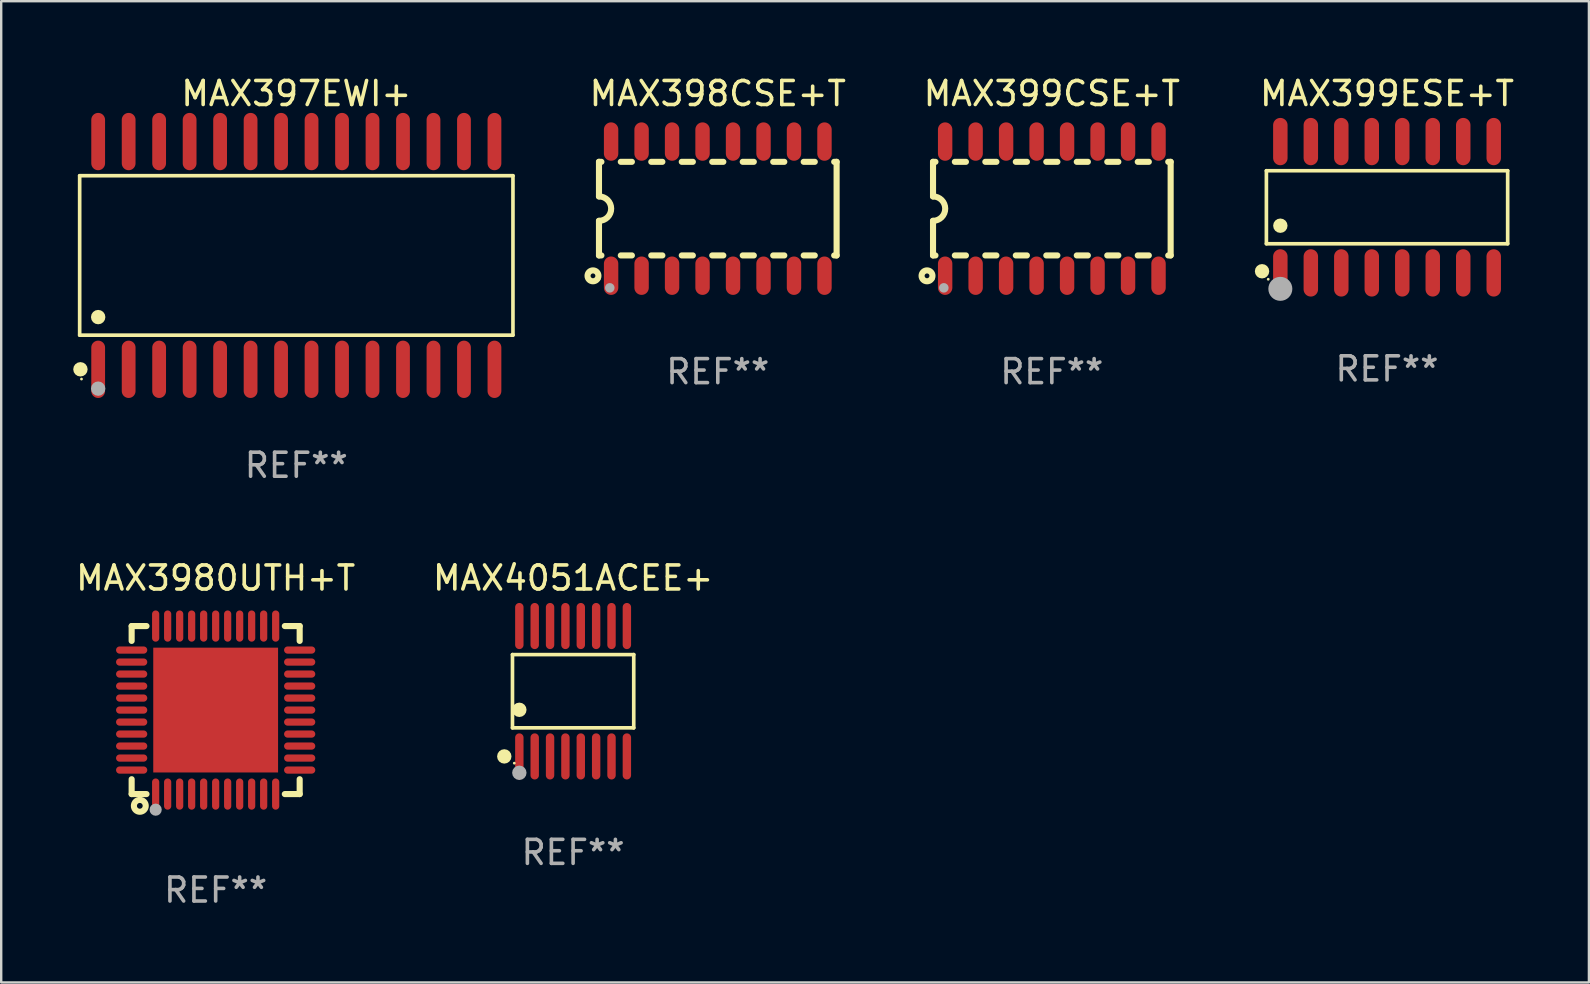
<source format=kicad_pcb>
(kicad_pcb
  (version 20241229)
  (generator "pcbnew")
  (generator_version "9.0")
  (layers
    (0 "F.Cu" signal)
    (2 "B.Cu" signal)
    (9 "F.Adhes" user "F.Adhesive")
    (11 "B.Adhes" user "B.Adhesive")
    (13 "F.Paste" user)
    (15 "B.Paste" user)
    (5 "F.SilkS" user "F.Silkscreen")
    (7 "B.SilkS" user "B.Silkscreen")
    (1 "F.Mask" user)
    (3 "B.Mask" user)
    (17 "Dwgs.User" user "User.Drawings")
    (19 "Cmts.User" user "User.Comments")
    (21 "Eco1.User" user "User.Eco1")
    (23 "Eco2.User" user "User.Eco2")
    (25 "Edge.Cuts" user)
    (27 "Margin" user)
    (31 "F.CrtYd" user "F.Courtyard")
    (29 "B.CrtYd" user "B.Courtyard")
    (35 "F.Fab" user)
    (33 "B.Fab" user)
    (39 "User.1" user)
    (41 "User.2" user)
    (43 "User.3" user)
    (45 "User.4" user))
  (footprint "MAX399CSE+T"
    (layer "F.Cu")
    (at 40.772 5.642)
    (property "Reference" "MAX399CSE+T" (at 0 -4.794 0) (layer "F.SilkS") (effects (font (size 1 1) (thickness 0.15))))
    (attr through_hole)
    (fp_line (start -4.95 -1.95) (end -4.95 -0.508) (stroke (width 0.254) (type solid)) (layer "F.SilkS"))
    (fp_line (start -4.95 -1.95) (end -4.849 -1.95) (stroke (width 0.254) (type solid)) (layer "F.SilkS"))
    (fp_line (start -4.95 1.95) (end -4.95 0.508) (stroke (width 0.254) (type solid)) (layer "F.SilkS"))
    (fp_line (start -4.95 1.95) (end -4.849 1.95) (stroke (width 0.254) (type solid)) (layer "F.SilkS"))
    (fp_line (start -4.041 -1.95) (end -3.579 -1.95) (stroke (width 0.254) (type solid)) (layer "F.SilkS"))
    (fp_line (start -4.041 1.95) (end -3.579 1.95) (stroke (width 0.254) (type solid)) (layer "F.SilkS"))
    (fp_line (start -2.771 -1.95) (end -2.309 -1.95) (stroke (width 0.254) (type solid)) (layer "F.SilkS"))
    (fp_line (start -2.771 1.95) (end -2.309 1.95) (stroke (width 0.254) (type solid)) (layer "F.SilkS"))
    (fp_line (start -1.501 -1.95) (end -1.039 -1.95) (stroke (width 0.254) (type solid)) (layer "F.SilkS"))
    (fp_line (start -1.501 1.95) (end -1.039 1.95) (stroke (width 0.254) (type solid)) (layer "F.SilkS"))
    (fp_line (start -0.231 -1.95) (end 0.231 -1.95) (stroke (width 0.254) (type solid)) (layer "F.SilkS"))
    (fp_line (start -0.231 1.95) (end 0.231 1.95) (stroke (width 0.254) (type solid)) (layer "F.SilkS"))
    (fp_line (start 1.039 -1.95) (end 1.501 -1.95) (stroke (width 0.254) (type solid)) (layer "F.SilkS"))
    (fp_line (start 1.039 1.95) (end 1.501 1.95) (stroke (width 0.254) (type solid)) (layer "F.SilkS"))
    (fp_line (start 2.309 -1.95) (end 2.771 -1.95) (stroke (width 0.254) (type solid)) (layer "F.SilkS"))
    (fp_line (start 2.309 1.95) (end 2.771 1.95) (stroke (width 0.254) (type solid)) (layer "F.SilkS"))
    (fp_line (start 3.579 -1.95) (end 4.041 -1.95) (stroke (width 0.254) (type solid)) (layer "F.SilkS"))
    (fp_line (start 3.579 1.95) (end 4.041 1.95) (stroke (width 0.254) (type solid)) (layer "F.SilkS"))
    (fp_line (start 4.849 -1.95) (end 4.95 -1.95) (stroke (width 0.254) (type solid)) (layer "F.SilkS"))
    (fp_line (start 4.849 1.95) (end 4.95 1.95) (stroke (width 0.254) (type solid)) (layer "F.SilkS"))
    (fp_line (start 4.95 -1.95) (end 4.95 1.95) (stroke (width 0.254) (type solid)) (layer "F.SilkS"))
    (fp_arc (start -4.95047 -0.508001) (mid -4.442469 -0.000228) (end -4.950013 0.508001) (stroke (width 0.254001) (type solid)) (layer "F.SilkS"))
    (fp_circle (center -5.2 2.8) (end -5.1 2.8) (stroke (width 0.254) (type solid)) (fill no) (layer "F.SilkS"))
    (fp_circle (center -4.95 2.947) (end -4.92 2.947) (stroke (width 0.06) (type solid)) (fill no) (layer "F.SilkS"))
    (fp_circle (center -4.5 3.3) (end -4.4 3.3) (stroke (width 0.2) (type solid)) (fill no) (layer "F.Fab"))
    (fp_text user "REF**" (at 0 6.794 0) (layer "F.Fab") (effects (font (size 1 1) (thickness 0.15))))
    (pad "1" smd oval (at -4.445 2.794) (size 0.6 1.6) (layers "F.Cu" "F.Mask" "F.Paste"))
    (pad "2" smd oval (at -3.175 2.794) (size 0.6 1.6) (layers "F.Cu" "F.Mask" "F.Paste"))
    (pad "3" smd oval (at -1.905 2.794) (size 0.6 1.6) (layers "F.Cu" "F.Mask" "F.Paste"))
    (pad "4" smd oval (at -0.635 2.794) (size 0.6 1.6) (layers "F.Cu" "F.Mask" "F.Paste"))
    (pad "5" smd oval (at 0.635 2.794) (size 0.6 1.6) (layers "F.Cu" "F.Mask" "F.Paste"))
    (pad "6" smd oval (at 1.905 2.794) (size 0.6 1.6) (layers "F.Cu" "F.Mask" "F.Paste"))
    (pad "7" smd oval (at 3.175 2.794) (size 0.6 1.6) (layers "F.Cu" "F.Mask" "F.Paste"))
    (pad "8" smd oval (at 4.445 2.794) (size 0.6 1.6) (layers "F.Cu" "F.Mask" "F.Paste"))
    (pad "9" smd oval (at 4.445 -2.794) (size 0.6 1.6) (layers "F.Cu" "F.Mask" "F.Paste"))
    (pad "10" smd oval (at 3.175 -2.794) (size 0.6 1.6) (layers "F.Cu" "F.Mask" "F.Paste"))
    (pad "11" smd oval (at 1.905 -2.794) (size 0.6 1.6) (layers "F.Cu" "F.Mask" "F.Paste"))
    (pad "12" smd oval (at 0.635 -2.794) (size 0.6 1.6) (layers "F.Cu" "F.Mask" "F.Paste"))
    (pad "13" smd oval (at -0.635 -2.794) (size 0.6 1.6) (layers "F.Cu" "F.Mask" "F.Paste"))
    (pad "14" smd oval (at -1.905 -2.794) (size 0.6 1.6) (layers "F.Cu" "F.Mask" "F.Paste"))
    (pad "15" smd oval (at -3.175 -2.794) (size 0.6 1.6) (layers "F.Cu" "F.Mask" "F.Paste"))
    (pad "16" smd oval (at -4.445 -2.794) (size 0.6 1.6) (layers "F.Cu" "F.Mask" "F.Paste")))
  (footprint "MAX399ESE+T"
    (layer "F.Cu")
    (at 54.737 5.584)
    (property "Reference" "MAX399ESE+T" (at 0 -4.736 0) (layer "F.SilkS") (effects (font (size 1 1) (thickness 0.15))))
    (attr through_hole)
    (fp_line (start -5.026 -1.521) (end 5.026 -1.521) (stroke (width 0.152) (type solid)) (layer "F.SilkS"))
    (fp_line (start -5.026 1.521) (end -5.026 -1.521) (stroke (width 0.152) (type solid)) (layer "F.SilkS"))
    (fp_line (start 5.026 -1.521) (end 5.026 1.521) (stroke (width 0.152) (type solid)) (layer "F.SilkS"))
    (fp_line (start 5.026 1.521) (end -5.026 1.521) (stroke (width 0.152) (type solid)) (layer "F.SilkS"))
    (fp_circle (center -5.207 2.667) (end -5.057 2.667) (stroke (width 0.3) (type solid)) (fill no) (layer "F.SilkS"))
    (fp_circle (center -4.95 3) (end -4.92 3) (stroke (width 0.06) (type solid)) (fill no) (layer "F.SilkS"))
    (fp_circle (center -4.445 0.769) (end -4.295 0.769) (stroke (width 0.3) (type solid)) (fill no) (layer "F.SilkS"))
    (fp_circle (center -4.445 3.4) (end -4.195 3.4) (stroke (width 0.5) (type solid)) (fill no) (layer "F.Fab"))
    (fp_text user "REF**" (at 0 6.736 0) (layer "F.Fab") (effects (font (size 1 1) (thickness 0.15))))
    (pad "1" smd oval (at -4.445 2.736) (size 0.602 1.971) (layers "F.Cu" "F.Mask" "F.Paste"))
    (pad "2" smd oval (at -3.175 2.736) (size 0.602 1.971) (layers "F.Cu" "F.Mask" "F.Paste"))
    (pad "3" smd oval (at -1.905 2.736) (size 0.602 1.971) (layers "F.Cu" "F.Mask" "F.Paste"))
    (pad "4" smd oval (at -0.635 2.736) (size 0.602 1.971) (layers "F.Cu" "F.Mask" "F.Paste"))
    (pad "5" smd oval (at 0.635 2.736) (size 0.602 1.971) (layers "F.Cu" "F.Mask" "F.Paste"))
    (pad "6" smd oval (at 1.905 2.736) (size 0.602 1.971) (layers "F.Cu" "F.Mask" "F.Paste"))
    (pad "7" smd oval (at 3.175 2.736) (size 0.602 1.971) (layers "F.Cu" "F.Mask" "F.Paste"))
    (pad "8" smd oval (at 4.445 2.736) (size 0.602 1.971) (layers "F.Cu" "F.Mask" "F.Paste"))
    (pad "9" smd oval (at 4.445 -2.736) (size 0.602 1.971) (layers "F.Cu" "F.Mask" "F.Paste"))
    (pad "10" smd oval (at 3.175 -2.736) (size 0.602 1.971) (layers "F.Cu" "F.Mask" "F.Paste"))
    (pad "11" smd oval (at 1.905 -2.736) (size 0.602 1.971) (layers "F.Cu" "F.Mask" "F.Paste"))
    (pad "12" smd oval (at 0.635 -2.736) (size 0.602 1.971) (layers "F.Cu" "F.Mask" "F.Paste"))
    (pad "13" smd oval (at -0.635 -2.736) (size 0.602 1.971) (layers "F.Cu" "F.Mask" "F.Paste"))
    (pad "14" smd oval (at -1.905 -2.736) (size 0.602 1.971) (layers "F.Cu" "F.Mask" "F.Paste"))
    (pad "15" smd oval (at -3.175 -2.736) (size 0.602 1.971) (layers "F.Cu" "F.Mask" "F.Paste"))
    (pad "16" smd oval (at -4.445 -2.736) (size 0.602 1.971) (layers "F.Cu" "F.Mask" "F.Paste")))
  (footprint "MAX4051ACEE+"
    (layer "F.Cu")
    (at 20.827 25.748)
    (property "Reference" "MAX4051ACEE+" (at 0 -4.716 0) (layer "F.SilkS") (effects (font (size 1 1) (thickness 0.15))))
    (attr through_hole)
    (fp_line (start -2.526 -1.526) (end 2.526 -1.526) (stroke (width 0.152) (type solid)) (layer "F.SilkS"))
    (fp_line (start -2.526 1.526) (end -2.526 -1.526) (stroke (width 0.152) (type solid)) (layer "F.SilkS"))
    (fp_line (start 2.526 -1.526) (end 2.526 1.526) (stroke (width 0.152) (type solid)) (layer "F.SilkS"))
    (fp_line (start 2.526 1.526) (end -2.526 1.526) (stroke (width 0.152) (type solid)) (layer "F.SilkS"))
    (fp_circle (center -2.867 2.716) (end -2.717 2.716) (stroke (width 0.3) (type solid)) (fill no) (layer "F.SilkS"))
    (fp_circle (center -2.45 2.997) (end -2.42 2.997) (stroke (width 0.06) (type solid)) (fill no) (layer "F.SilkS"))
    (fp_circle (center -2.24 0.774) (end -2.09 0.774) (stroke (width 0.3) (type solid)) (fill no) (layer "F.SilkS"))
    (fp_circle (center -2.24 3.398) (end -2.09 3.398) (stroke (width 0.3) (type solid)) (fill no) (layer "F.Fab"))
    (fp_text user "REF**" (at 0 6.716 0) (layer "F.Fab") (effects (font (size 1 1) (thickness 0.15))))
    (pad "1" smd oval (at -2.24 2.716) (size 0.35 1.922) (layers "F.Cu" "F.Mask" "F.Paste"))
    (pad "2" smd oval (at -1.6 2.716) (size 0.35 1.922) (layers "F.Cu" "F.Mask" "F.Paste"))
    (pad "3" smd oval (at -0.96 2.716) (size 0.35 1.922) (layers "F.Cu" "F.Mask" "F.Paste"))
    (pad "4" smd oval (at -0.32 2.716) (size 0.35 1.922) (layers "F.Cu" "F.Mask" "F.Paste"))
    (pad "5" smd oval (at 0.32 2.716) (size 0.35 1.922) (layers "F.Cu" "F.Mask" "F.Paste"))
    (pad "6" smd oval (at 0.96 2.716) (size 0.35 1.922) (layers "F.Cu" "F.Mask" "F.Paste"))
    (pad "7" smd oval (at 1.6 2.716) (size 0.35 1.922) (layers "F.Cu" "F.Mask" "F.Paste"))
    (pad "8" smd oval (at 2.24 2.716) (size 0.35 1.922) (layers "F.Cu" "F.Mask" "F.Paste"))
    (pad "9" smd oval (at 2.24 -2.716) (size 0.35 1.922) (layers "F.Cu" "F.Mask" "F.Paste"))
    (pad "10" smd oval (at 1.6 -2.716) (size 0.35 1.922) (layers "F.Cu" "F.Mask" "F.Paste"))
    (pad "11" smd oval (at 0.96 -2.716) (size 0.35 1.922) (layers "F.Cu" "F.Mask" "F.Paste"))
    (pad "12" smd oval (at 0.32 -2.716) (size 0.35 1.922) (layers "F.Cu" "F.Mask" "F.Paste"))
    (pad "13" smd oval (at -0.32 -2.716) (size 0.35 1.922) (layers "F.Cu" "F.Mask" "F.Paste"))
    (pad "14" smd oval (at -0.96 -2.716) (size 0.35 1.922) (layers "F.Cu" "F.Mask" "F.Paste"))
    (pad "15" smd oval (at -1.6 -2.716) (size 0.35 1.922) (layers "F.Cu" "F.Mask" "F.Paste"))
    (pad "16" smd oval (at -2.24 -2.716) (size 0.35 1.922) (layers "F.Cu" "F.Mask" "F.Paste")))
  (footprint "MAX397EWI+"
    (layer "F.Cu")
    (at 9.295 7.592)
    (property "Reference" "MAX397EWI+" (at 0 -6.744 0) (layer "F.SilkS") (effects (font (size 1 1) (thickness 0.15))))
    (attr through_hole)
    (fp_line (start -9.026 -3.321) (end 9.026 -3.321) (stroke (width 0.152) (type solid)) (layer "F.SilkS"))
    (fp_line (start -9.026 3.321) (end -9.026 -3.321) (stroke (width 0.152) (type solid)) (layer "F.SilkS"))
    (fp_line (start 9.026 -3.321) (end 9.026 3.321) (stroke (width 0.152) (type solid)) (layer "F.SilkS"))
    (fp_line (start 9.026 3.321) (end -9.026 3.321) (stroke (width 0.152) (type solid)) (layer "F.SilkS"))
    (fp_circle (center -8.994 4.744) (end -8.844 4.744) (stroke (width 0.3) (type solid)) (fill no) (layer "F.SilkS"))
    (fp_circle (center -8.95 5.15) (end -8.92 5.15) (stroke (width 0.06) (type solid)) (fill no) (layer "F.SilkS"))
    (fp_circle (center -8.255 2.569) (end -8.105 2.569) (stroke (width 0.3) (type solid)) (fill no) (layer "F.SilkS"))
    (fp_circle (center -8.255 5.55) (end -8.105 5.55) (stroke (width 0.3) (type solid)) (fill no) (layer "F.Fab"))
    (fp_text user "REF**" (at 0 8.744 0) (layer "F.Fab") (effects (font (size 1 1) (thickness 0.15))))
    (pad "1" smd oval (at -8.255 4.744) (size 0.574 2.388) (layers "F.Cu" "F.Mask" "F.Paste"))
    (pad "2" smd oval (at -6.985 4.744) (size 0.574 2.388) (layers "F.Cu" "F.Mask" "F.Paste"))
    (pad "3" smd oval (at -5.715 4.744) (size 0.574 2.388) (layers "F.Cu" "F.Mask" "F.Paste"))
    (pad "4" smd oval (at -4.445 4.744) (size 0.574 2.388) (layers "F.Cu" "F.Mask" "F.Paste"))
    (pad "5" smd oval (at -3.175 4.744) (size 0.574 2.388) (layers "F.Cu" "F.Mask" "F.Paste"))
    (pad "6" smd oval (at -1.905 4.744) (size 0.574 2.388) (layers "F.Cu" "F.Mask" "F.Paste"))
    (pad "7" smd oval (at -0.635 4.744) (size 0.574 2.388) (layers "F.Cu" "F.Mask" "F.Paste"))
    (pad "8" smd oval (at 0.635 4.744) (size 0.574 2.388) (layers "F.Cu" "F.Mask" "F.Paste"))
    (pad "9" smd oval (at 1.905 4.744) (size 0.574 2.388) (layers "F.Cu" "F.Mask" "F.Paste"))
    (pad "10" smd oval (at 3.175 4.744) (size 0.574 2.388) (layers "F.Cu" "F.Mask" "F.Paste"))
    (pad "11" smd oval (at 4.445 4.744) (size 0.574 2.388) (layers "F.Cu" "F.Mask" "F.Paste"))
    (pad "12" smd oval (at 5.715 4.744) (size 0.574 2.388) (layers "F.Cu" "F.Mask" "F.Paste"))
    (pad "13" smd oval (at 6.985 4.744) (size 0.574 2.388) (layers "F.Cu" "F.Mask" "F.Paste"))
    (pad "14" smd oval (at 8.255 4.744) (size 0.574 2.388) (layers "F.Cu" "F.Mask" "F.Paste"))
    (pad "15" smd oval (at 8.255 -4.744) (size 0.574 2.388) (layers "F.Cu" "F.Mask" "F.Paste"))
    (pad "16" smd oval (at 6.985 -4.744) (size 0.574 2.388) (layers "F.Cu" "F.Mask" "F.Paste"))
    (pad "17" smd oval (at 5.715 -4.744) (size 0.574 2.388) (layers "F.Cu" "F.Mask" "F.Paste"))
    (pad "18" smd oval (at 4.445 -4.744) (size 0.574 2.388) (layers "F.Cu" "F.Mask" "F.Paste"))
    (pad "19" smd oval (at 3.175 -4.744) (size 0.574 2.388) (layers "F.Cu" "F.Mask" "F.Paste"))
    (pad "20" smd oval (at 1.905 -4.744) (size 0.574 2.388) (layers "F.Cu" "F.Mask" "F.Paste"))
    (pad "21" smd oval (at 0.635 -4.744) (size 0.574 2.388) (layers "F.Cu" "F.Mask" "F.Paste"))
    (pad "22" smd oval (at -0.635 -4.744) (size 0.574 2.388) (layers "F.Cu" "F.Mask" "F.Paste"))
    (pad "23" smd oval (at -1.905 -4.744) (size 0.574 2.388) (layers "F.Cu" "F.Mask" "F.Paste"))
    (pad "24" smd oval (at -3.175 -4.744) (size 0.574 2.388) (layers "F.Cu" "F.Mask" "F.Paste"))
    (pad "25" smd oval (at -4.445 -4.744) (size 0.574 2.388) (layers "F.Cu" "F.Mask" "F.Paste"))
    (pad "26" smd oval (at -5.715 -4.744) (size 0.574 2.388) (layers "F.Cu" "F.Mask" "F.Paste"))
    (pad "27" smd oval (at -6.985 -4.744) (size 0.574 2.388) (layers "F.Cu" "F.Mask" "F.Paste"))
    (pad "28" smd oval (at -8.255 -4.744) (size 0.574 2.388) (layers "F.Cu" "F.Mask" "F.Paste")))
  (footprint "MAX398CSE+T"
    (layer "F.Cu")
    (at 26.855 5.642)
    (property "Reference" "MAX398CSE+T" (at 0 -4.794 0) (layer "F.SilkS") (effects (font (size 1 1) (thickness 0.15))))
    (attr through_hole)
    (fp_line (start -4.95 -1.95) (end -4.95 -0.508) (stroke (width 0.254) (type solid)) (layer "F.SilkS"))
    (fp_line (start -4.95 -1.95) (end -4.849 -1.95) (stroke (width 0.254) (type solid)) (layer "F.SilkS"))
    (fp_line (start -4.95 1.95) (end -4.95 0.508) (stroke (width 0.254) (type solid)) (layer "F.SilkS"))
    (fp_line (start -4.95 1.95) (end -4.849 1.95) (stroke (width 0.254) (type solid)) (layer "F.SilkS"))
    (fp_line (start -4.041 -1.95) (end -3.579 -1.95) (stroke (width 0.254) (type solid)) (layer "F.SilkS"))
    (fp_line (start -4.041 1.95) (end -3.579 1.95) (stroke (width 0.254) (type solid)) (layer "F.SilkS"))
    (fp_line (start -2.771 -1.95) (end -2.309 -1.95) (stroke (width 0.254) (type solid)) (layer "F.SilkS"))
    (fp_line (start -2.771 1.95) (end -2.309 1.95) (stroke (width 0.254) (type solid)) (layer "F.SilkS"))
    (fp_line (start -1.501 -1.95) (end -1.039 -1.95) (stroke (width 0.254) (type solid)) (layer "F.SilkS"))
    (fp_line (start -1.501 1.95) (end -1.039 1.95) (stroke (width 0.254) (type solid)) (layer "F.SilkS"))
    (fp_line (start -0.231 -1.95) (end 0.231 -1.95) (stroke (width 0.254) (type solid)) (layer "F.SilkS"))
    (fp_line (start -0.231 1.95) (end 0.231 1.95) (stroke (width 0.254) (type solid)) (layer "F.SilkS"))
    (fp_line (start 1.039 -1.95) (end 1.501 -1.95) (stroke (width 0.254) (type solid)) (layer "F.SilkS"))
    (fp_line (start 1.039 1.95) (end 1.501 1.95) (stroke (width 0.254) (type solid)) (layer "F.SilkS"))
    (fp_line (start 2.309 -1.95) (end 2.771 -1.95) (stroke (width 0.254) (type solid)) (layer "F.SilkS"))
    (fp_line (start 2.309 1.95) (end 2.771 1.95) (stroke (width 0.254) (type solid)) (layer "F.SilkS"))
    (fp_line (start 3.579 -1.95) (end 4.041 -1.95) (stroke (width 0.254) (type solid)) (layer "F.SilkS"))
    (fp_line (start 3.579 1.95) (end 4.041 1.95) (stroke (width 0.254) (type solid)) (layer "F.SilkS"))
    (fp_line (start 4.849 -1.95) (end 4.95 -1.95) (stroke (width 0.254) (type solid)) (layer "F.SilkS"))
    (fp_line (start 4.849 1.95) (end 4.95 1.95) (stroke (width 0.254) (type solid)) (layer "F.SilkS"))
    (fp_line (start 4.95 -1.95) (end 4.95 1.95) (stroke (width 0.254) (type solid)) (layer "F.SilkS"))
    (fp_arc (start -4.95047 -0.508001) (mid -4.442469 -0.000228) (end -4.950013 0.508001) (stroke (width 0.254001) (type solid)) (layer "F.SilkS"))
    (fp_circle (center -5.2 2.8) (end -5.1 2.8) (stroke (width 0.254) (type solid)) (fill no) (layer "F.SilkS"))
    (fp_circle (center -4.95 2.947) (end -4.92 2.947) (stroke (width 0.06) (type solid)) (fill no) (layer "F.SilkS"))
    (fp_circle (center -4.5 3.3) (end -4.4 3.3) (stroke (width 0.2) (type solid)) (fill no) (layer "F.Fab"))
    (fp_text user "REF**" (at 0 6.794 0) (layer "F.Fab") (effects (font (size 1 1) (thickness 0.15))))
    (pad "1" smd oval (at -4.445 2.794) (size 0.6 1.6) (layers "F.Cu" "F.Mask" "F.Paste"))
    (pad "2" smd oval (at -3.175 2.794) (size 0.6 1.6) (layers "F.Cu" "F.Mask" "F.Paste"))
    (pad "3" smd oval (at -1.905 2.794) (size 0.6 1.6) (layers "F.Cu" "F.Mask" "F.Paste"))
    (pad "4" smd oval (at -0.635 2.794) (size 0.6 1.6) (layers "F.Cu" "F.Mask" "F.Paste"))
    (pad "5" smd oval (at 0.635 2.794) (size 0.6 1.6) (layers "F.Cu" "F.Mask" "F.Paste"))
    (pad "6" smd oval (at 1.905 2.794) (size 0.6 1.6) (layers "F.Cu" "F.Mask" "F.Paste"))
    (pad "7" smd oval (at 3.175 2.794) (size 0.6 1.6) (layers "F.Cu" "F.Mask" "F.Paste"))
    (pad "8" smd oval (at 4.445 2.794) (size 0.6 1.6) (layers "F.Cu" "F.Mask" "F.Paste"))
    (pad "9" smd oval (at 4.445 -2.794) (size 0.6 1.6) (layers "F.Cu" "F.Mask" "F.Paste"))
    (pad "10" smd oval (at 3.175 -2.794) (size 0.6 1.6) (layers "F.Cu" "F.Mask" "F.Paste"))
    (pad "11" smd oval (at 1.905 -2.794) (size 0.6 1.6) (layers "F.Cu" "F.Mask" "F.Paste"))
    (pad "12" smd oval (at 0.635 -2.794) (size 0.6 1.6) (layers "F.Cu" "F.Mask" "F.Paste"))
    (pad "13" smd oval (at -0.635 -2.794) (size 0.6 1.6) (layers "F.Cu" "F.Mask" "F.Paste"))
    (pad "14" smd oval (at -1.905 -2.794) (size 0.6 1.6) (layers "F.Cu" "F.Mask" "F.Paste"))
    (pad "15" smd oval (at -3.175 -2.794) (size 0.6 1.6) (layers "F.Cu" "F.Mask" "F.Paste"))
    (pad "16" smd oval (at -4.445 -2.794) (size 0.6 1.6) (layers "F.Cu" "F.Mask" "F.Paste")))
  (footprint "MAX3980UTH+T"
    (layer "F.Cu")
    (at 5.935 26.533)
    (property "Reference" "MAX3980UTH+T" (at 0 -5.5 0) (layer "F.SilkS") (effects (font (size 1 1) (thickness 0.15))))
    (attr through_hole)
    (fp_line (start -3.5 -3.5) (end -2.881 -3.5) (stroke (width 0.254) (type solid)) (layer "F.SilkS"))
    (fp_line (start -3.5 -2.881) (end -3.5 -3.5) (stroke (width 0.254) (type solid)) (layer "F.SilkS"))
    (fp_line (start -3.5 3.5) (end -3.5 2.881) (stroke (width 0.254) (type solid)) (layer "F.SilkS"))
    (fp_line (start -2.881 3.5) (end -3.5 3.5) (stroke (width 0.254) (type solid)) (layer "F.SilkS"))
    (fp_line (start 2.881 -3.5) (end 3.5 -3.5) (stroke (width 0.254) (type solid)) (layer "F.SilkS"))
    (fp_line (start 3.5 -3.5) (end 3.5 -2.881) (stroke (width 0.254) (type solid)) (layer "F.SilkS"))
    (fp_line (start 3.5 2.881) (end 3.5 3.5) (stroke (width 0.254) (type solid)) (layer "F.SilkS"))
    (fp_line (start 3.5 3.5) (end 2.881 3.5) (stroke (width 0.254) (type solid)) (layer "F.SilkS"))
    (fp_circle (center -3.5 3.5) (end -3.47 3.5) (stroke (width 0.06) (type solid)) (fill no) (layer "F.SilkS"))
    (fp_circle (center -3.16 3.99) (end -3.04 3.99) (stroke (width 0.254) (type solid)) (fill no) (layer "F.SilkS"))
    (fp_circle (center -2.5 4.15) (end -2.373 4.15) (stroke (width 0.254) (type solid)) (fill no) (layer "F.Fab"))
    (fp_text user "REF**" (at 0 7.5 0) (layer "F.Fab") (effects (font (size 1 1) (thickness 0.15))))
    (pad "1" smd oval (at -2.5 3.5 90) (size 1.3 0.3) (layers "F.Cu" "F.Mask" "F.Paste"))
    (pad "2" smd oval (at -2 3.5 90) (size 1.3 0.3) (layers "F.Cu" "F.Mask" "F.Paste"))
    (pad "3" smd oval (at -1.5 3.5 90) (size 1.3 0.3) (layers "F.Cu" "F.Mask" "F.Paste"))
    (pad "4" smd oval (at -1 3.5 90) (size 1.3 0.3) (layers "F.Cu" "F.Mask" "F.Paste"))
    (pad "5" smd oval (at -0.5 3.5 90) (size 1.3 0.3) (layers "F.Cu" "F.Mask" "F.Paste"))
    (pad "6" smd oval (at -0.000127 3.5 90) (size 1.3 0.3) (layers "F.Cu" "F.Mask" "F.Paste"))
    (pad "7" smd oval (at 0.5 3.5 90) (size 1.3 0.3) (layers "F.Cu" "F.Mask" "F.Paste"))
    (pad "8" smd oval (at 1 3.5 90) (size 1.3 0.3) (layers "F.Cu" "F.Mask" "F.Paste"))
    (pad "9" smd oval (at 1.5 3.5 90) (size 1.3 0.3) (layers "F.Cu" "F.Mask" "F.Paste"))
    (pad "10" smd oval (at 2 3.5 90) (size 1.3 0.3) (layers "F.Cu" "F.Mask" "F.Paste"))
    (pad "11" smd oval (at 2.5 3.5 90) (size 1.3 0.3) (layers "F.Cu" "F.Mask" "F.Paste"))
    (pad "12" smd oval (at 3.5 2.5 90) (size 0.3 1.3) (layers "F.Cu" "F.Mask" "F.Paste"))
    (pad "13" smd oval (at 3.5 2 90) (size 0.3 1.3) (layers "F.Cu" "F.Mask" "F.Paste"))
    (pad "14" smd oval (at 3.5 1.5 90) (size 0.3 1.3) (layers "F.Cu" "F.Mask" "F.Paste"))
    (pad "15" smd oval (at 3.5 1 90) (size 0.3 1.3) (layers "F.Cu" "F.Mask" "F.Paste"))
    (pad "16" smd oval (at 3.5 0.5 90) (size 0.3 1.3) (layers "F.Cu" "F.Mask" "F.Paste"))
    (pad "17" smd oval (at 3.5 0.000127 90) (size 0.3 1.3) (layers "F.Cu" "F.Mask" "F.Paste"))
    (pad "18" smd oval (at 3.5 -0.5 90) (size 0.3 1.3) (layers "F.Cu" "F.Mask" "F.Paste"))
    (pad "19" smd oval (at 3.5 -1 90) (size 0.3 1.3) (layers "F.Cu" "F.Mask" "F.Paste"))
    (pad "20" smd oval (at 3.5 -1.5 90) (size 0.3 1.3) (layers "F.Cu" "F.Mask" "F.Paste"))
    (pad "21" smd oval (at 3.5 -2 90) (size 0.3 1.3) (layers "F.Cu" "F.Mask" "F.Paste"))
    (pad "22" smd oval (at 3.5 -2.5 90) (size 0.3 1.3) (layers "F.Cu" "F.Mask" "F.Paste"))
    (pad "23" smd oval (at 2.5 -3.5 90) (size 1.3 0.3) (layers "F.Cu" "F.Mask" "F.Paste"))
    (pad "24" smd oval (at 2 -3.5 90) (size 1.3 0.3) (layers "F.Cu" "F.Mask" "F.Paste"))
    (pad "25" smd oval (at 1.5 -3.5 90) (size 1.3 0.3) (layers "F.Cu" "F.Mask" "F.Paste"))
    (pad "26" smd oval (at 1 -3.5 90) (size 1.3 0.3) (layers "F.Cu" "F.Mask" "F.Paste"))
    (pad "27" smd oval (at 0.5 -3.5 90) (size 1.3 0.3) (layers "F.Cu" "F.Mask" "F.Paste"))
    (pad "28" smd oval (at -0.000127 -3.5 90) (size 1.3 0.3) (layers "F.Cu" "F.Mask" "F.Paste"))
    (pad "29" smd oval (at -0.5 -3.5 90) (size 1.3 0.3) (layers "F.Cu" "F.Mask" "F.Paste"))
    (pad "30" smd oval (at -1 -3.5 90) (size 1.3 0.3) (layers "F.Cu" "F.Mask" "F.Paste"))
    (pad "31" smd oval (at -1.5 -3.5 90) (size 1.3 0.3) (layers "F.Cu" "F.Mask" "F.Paste"))
    (pad "32" smd oval (at -2 -3.5 90) (size 1.3 0.3) (layers "F.Cu" "F.Mask" "F.Paste"))
    (pad "33" smd oval (at -2.5 -3.5 90) (size 1.3 0.3) (layers "F.Cu" "F.Mask" "F.Paste"))
    (pad "34" smd oval (at -3.5 -2.5 90) (size 0.3 1.3) (layers "F.Cu" "F.Mask" "F.Paste"))
    (pad "35" smd oval (at -3.5 -2 90) (size 0.3 1.3) (layers "F.Cu" "F.Mask" "F.Paste"))
    (pad "36" smd oval (at -3.5 -1.5 90) (size 0.3 1.3) (layers "F.Cu" "F.Mask" "F.Paste"))
    (pad "37" smd oval (at -3.5 -1 90) (size 0.3 1.3) (layers "F.Cu" "F.Mask" "F.Paste"))
    (pad "38" smd oval (at -3.5 -0.5 90) (size 0.3 1.3) (layers "F.Cu" "F.Mask" "F.Paste"))
    (pad "39" smd oval (at -3.5 0.000127 90) (size 0.3 1.3) (layers "F.Cu" "F.Mask" "F.Paste"))
    (pad "40" smd oval (at -3.5 0.5 90) (size 0.3 1.3) (layers "F.Cu" "F.Mask" "F.Paste"))
    (pad "41" smd oval (at -3.5 1 90) (size 0.3 1.3) (layers "F.Cu" "F.Mask" "F.Paste"))
    (pad "42" smd oval (at -3.5 1.5 90) (size 0.3 1.3) (layers "F.Cu" "F.Mask" "F.Paste"))
    (pad "43" smd oval (at -3.5 2 90) (size 0.3 1.3) (layers "F.Cu" "F.Mask" "F.Paste"))
    (pad "44" smd oval (at -3.5 2.5 90) (size 0.3 1.3) (layers "F.Cu" "F.Mask" "F.Paste"))
    (pad "45" smd rect (at -0.000127 0.000127 90) (size 5.2 5.2) (layers "F.Cu" "F.Mask" "F.Paste")))
  (gr_rect
    (start -3 -3)
    (end 63.148 37.881)
    (stroke (width 0.1) (type default))
    (fill no)
    (layer "Edge.Cuts")))
</source>
